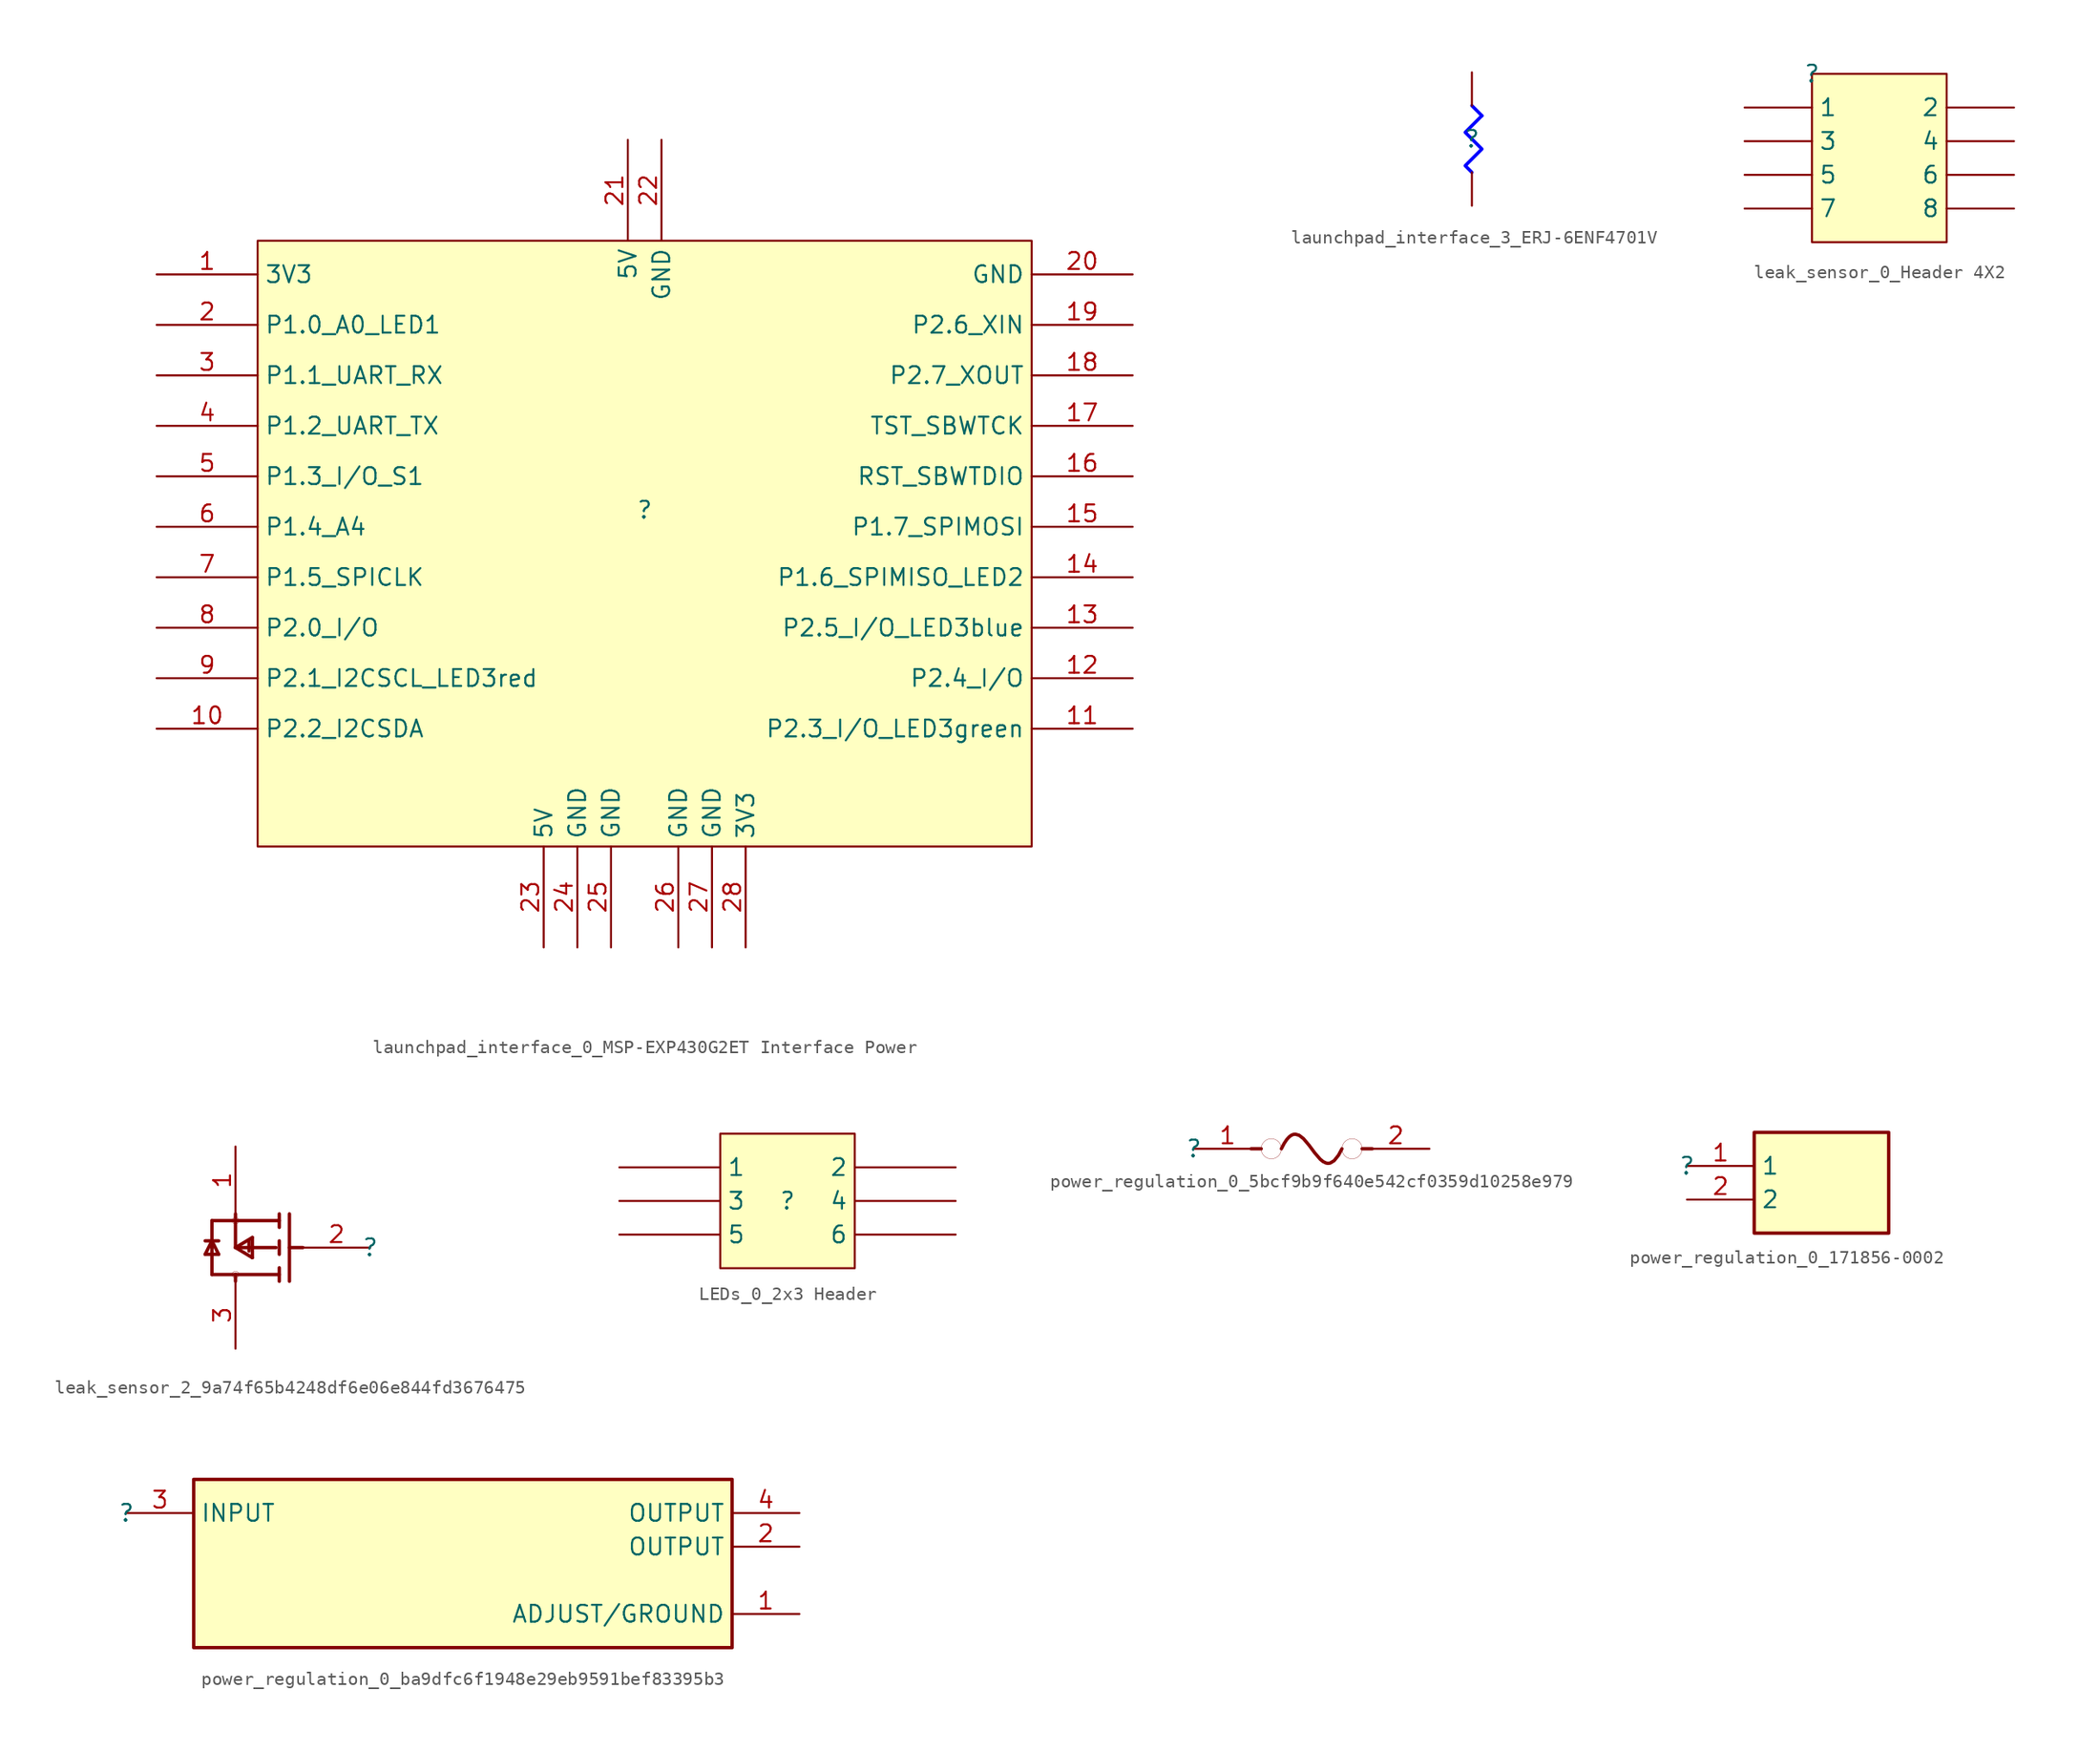
<source format=kicad_sym>
(kicad_symbol_lib
  (version 20220914)
  (generator kicad_symbol_editor)
  (symbol "launchpad_interface_0_MSP-EXP430G2ET Interface Power"
    (property "Reference" ""
      (at 0 0 0)
      (effects (font (size 1.27 1.27))))
    (property "Value" ""
      (at 0 0 0)
      (effects (font (size 1.27 1.27))))
    (symbol "launchpad_interface_0_MSP-EXP430G2ET Interface Power_1_0"
      (rectangle (start 29.21 20.32) (end -29.21 -25.4) (stroke (width 0) (type solid)) (fill (type background)))
      (pin power_in line (at -36.83 17.78 0) (length 7.62) (name "3V3" (effects (font (size 1.27 1.27)))) (number "1" (effects (font (size 1.27 1.27)))))
      (pin passive line (at -36.83 -16.51 0) (length 7.62) (name "P2.2_I2CSDA" (effects (font (size 1.27 1.27)))) (number "10" (effects (font (size 1.27 1.27)))))
      (pin passive line (at 36.83 -16.51 180) (length 7.62) (name "P2.3_I/O_LED3green" (effects (font (size 1.27 1.27)))) (number "11" (effects (font (size 1.27 1.27)))))
      (pin passive line (at 36.83 -12.7 180) (length 7.62) (name "P2.4_I/O" (effects (font (size 1.27 1.27)))) (number "12" (effects (font (size 1.27 1.27)))))
      (pin passive line (at 36.83 -8.89 180) (length 7.62) (name "P2.5_I/O_LED3blue" (effects (font (size 1.27 1.27)))) (number "13" (effects (font (size 1.27 1.27)))))
      (pin passive line (at 36.83 -5.08 180) (length 7.62) (name "P1.6_SPIMISO_LED2" (effects (font (size 1.27 1.27)))) (number "14" (effects (font (size 1.27 1.27)))))
      (pin passive line (at 36.83 -1.27 180) (length 7.62) (name "P1.7_SPIMOSI" (effects (font (size 1.27 1.27)))) (number "15" (effects (font (size 1.27 1.27)))))
      (pin passive line (at 36.83 2.54 180) (length 7.62) (name "RST_SBWTDIO" (effects (font (size 1.27 1.27)))) (number "16" (effects (font (size 1.27 1.27)))))
      (pin passive line (at 36.83 6.35 180) (length 7.62) (name "TST_SBWTCK" (effects (font (size 1.27 1.27)))) (number "17" (effects (font (size 1.27 1.27)))))
      (pin passive line (at 36.83 10.16 180) (length 7.62) (name "P2.7_XOUT" (effects (font (size 1.27 1.27)))) (number "18" (effects (font (size 1.27 1.27)))))
      (pin passive line (at 36.83 13.97 180) (length 7.62) (name "P2.6_XIN" (effects (font (size 1.27 1.27)))) (number "19" (effects (font (size 1.27 1.27)))))
      (pin passive line (at -36.83 13.97 0) (length 7.62) (name "P1.0_A0_LED1" (effects (font (size 1.27 1.27)))) (number "2" (effects (font (size 1.27 1.27)))))
      (pin power_in line (at 36.83 17.78 180) (length 7.62) (name "GND" (effects (font (size 1.27 1.27)))) (number "20" (effects (font (size 1.27 1.27)))))
      (pin passive line (at -1.27 27.94 270) (length 7.62) (name "5V" (effects (font (size 1.27 1.27)))) (number "21" (effects (font (size 1.27 1.27)))))
      (pin passive line (at 1.27 27.94 270) (length 7.62) (name "GND" (effects (font (size 1.27 1.27)))) (number "22" (effects (font (size 1.27 1.27)))))
      (pin passive line (at -7.62 -33.02 90) (length 7.62) (name "5V" (effects (font (size 1.27 1.27)))) (number "23" (effects (font (size 1.27 1.27)))))
      (pin passive line (at -5.08 -33.02 90) (length 7.62) (name "GND" (effects (font (size 1.27 1.27)))) (number "24" (effects (font (size 1.27 1.27)))))
      (pin passive line (at -2.54 -33.02 90) (length 7.62) (name "GND" (effects (font (size 1.27 1.27)))) (number "25" (effects (font (size 1.27 1.27)))))
      (pin passive line (at 2.54 -33.02 90) (length 7.62) (name "GND" (effects (font (size 1.27 1.27)))) (number "26" (effects (font (size 1.27 1.27)))))
      (pin passive line (at 5.08 -33.02 90) (length 7.62) (name "GND" (effects (font (size 1.27 1.27)))) (number "27" (effects (font (size 1.27 1.27)))))
      (pin passive line (at 7.62 -33.02 90) (length 7.62) (name "3V3" (effects (font (size 1.27 1.27)))) (number "28" (effects (font (size 1.27 1.27)))))
      (pin passive line (at -36.83 10.16 0) (length 7.62) (name "P1.1_UART_RX" (effects (font (size 1.27 1.27)))) (number "3" (effects (font (size 1.27 1.27)))))
      (pin passive line (at -36.83 6.35 0) (length 7.62) (name "P1.2_UART_TX" (effects (font (size 1.27 1.27)))) (number "4" (effects (font (size 1.27 1.27)))))
      (pin passive line (at -36.83 2.54 0) (length 7.62) (name "P1.3_I/O_S1" (effects (font (size 1.27 1.27)))) (number "5" (effects (font (size 1.27 1.27)))))
      (pin passive line (at -36.83 -1.27 0) (length 7.62) (name "P1.4_A4" (effects (font (size 1.27 1.27)))) (number "6" (effects (font (size 1.27 1.27)))))
      (pin passive line (at -36.83 -5.08 0) (length 7.62) (name "P1.5_SPICLK" (effects (font (size 1.27 1.27)))) (number "7" (effects (font (size 1.27 1.27)))))
      (pin passive line (at -36.83 -8.89 0) (length 7.62) (name "P2.0_I/O" (effects (font (size 1.27 1.27)))) (number "8" (effects (font (size 1.27 1.27)))))
      (pin passive line (at -36.83 -12.7 0) (length 7.62) (name "P2.1_I2CSCL_LED3red" (effects (font (size 1.27 1.27)))) (number "9" (effects (font (size 1.27 1.27)))))))
  (symbol "launchpad_interface_3_ERJ-6ENF4701V"
    (property "Reference" ""
      (at 0 0 0)
      (effects (font (size 1.27 1.27))))
    (property "Value" ""
      (at 0 0 0)
      (effects (font (size 1.27 1.27))))
    (symbol "launchpad_interface_3_ERJ-6ENF4701V_1_0"
      (polyline (pts (xy 0.762 1.778) (xy 0 2.54)) (stroke (width 0.254) (type solid) (color 0 0 255 1)) (fill (type none)))
      (polyline (pts (xy 0.762 1.778) (xy -0.508 0.508) (xy 0.762 -0.762) (xy -0.508 -2.032) (xy 0 -2.54)) (stroke (width 0.254) (type solid) (color 0 0 255 1)) (fill (type none)))
      (pin passive line (at 0 5.08 270) (length 2.54) (name "1" (effects (font (size 0 0)))) (number "1" (effects (font (size 0 0)))))
      (pin passive line (at 0 -5.08 90) (length 2.54) (name "2" (effects (font (size 0 0)))) (number "2" (effects (font (size 0 0)))))))
  (symbol "leak_sensor_0_Header 4X2"
    (property "Reference" ""
      (at 0 0 0)
      (effects (font (size 1.27 1.27))))
    (property "Value" ""
      (at 0 0 0)
      (effects (font (size 1.27 1.27))))
    (symbol "leak_sensor_0_Header 4X2_1_0"
      (rectangle (start 10.16 0) (end 0 -12.7) (stroke (width 0) (type solid)) (fill (type background)))
      (pin passive line (at -5.08 -2.54 0) (length 5.08) (name "1" (effects (font (size 1.27 1.27)))) (number "1" (effects (font (size 0 0)))))
      (pin passive line (at 15.24 -2.54 180) (length 5.08) (name "2" (effects (font (size 1.27 1.27)))) (number "2" (effects (font (size 0 0)))))
      (pin passive line (at -5.08 -5.08 0) (length 5.08) (name "3" (effects (font (size 1.27 1.27)))) (number "3" (effects (font (size 0 0)))))
      (pin passive line (at 15.24 -5.08 180) (length 5.08) (name "4" (effects (font (size 1.27 1.27)))) (number "4" (effects (font (size 0 0)))))
      (pin passive line (at -5.08 -7.62 0) (length 5.08) (name "5" (effects (font (size 1.27 1.27)))) (number "5" (effects (font (size 0 0)))))
      (pin passive line (at 15.24 -7.62 180) (length 5.08) (name "6" (effects (font (size 1.27 1.27)))) (number "6" (effects (font (size 0 0)))))
      (pin passive line (at -5.08 -10.16 0) (length 5.08) (name "7" (effects (font (size 1.27 1.27)))) (number "7" (effects (font (size 0 0)))))
      (pin passive line (at 15.24 -10.16 180) (length 5.08) (name "8" (effects (font (size 1.27 1.27)))) (number "8" (effects (font (size 0 0)))))))
  (symbol "leak_sensor_2_9a74f65b4248df6e06e844fd3676475"
    (property "Reference" ""
      (at 0 0 0)
      (effects (font (size 1.27 1.27))))
    (property "Value" ""
      (at 0 0 0)
      (effects (font (size 1.27 1.27))))
    (symbol "leak_sensor_2_9a74f65b4248df6e06e844fd3676475_1_0"
      (circle (center -10.16 -2.032) (radius 0.254) (stroke (width 0.0001) (type solid)) (fill (type none)))
      (circle (center -10.16 2.032) (radius 0.254) (stroke (width 0.0001) (type solid)) (fill (type none)))
      (polyline (pts (xy -12.446 -0.508) (xy -11.43 -0.508)) (stroke (width 0.254) (type solid)) (fill (type none)))
      (polyline (pts (xy -11.938 -2.032) (xy -11.938 2.032)) (stroke (width 0.254) (type solid)) (fill (type none)))
      (polyline (pts (xy -11.938 -2.032) (xy -10.16 -2.032)) (stroke (width 0.254) (type solid)) (fill (type none)))
      (polyline (pts (xy -11.938 0.508) (xy -12.446 -0.508)) (stroke (width 0.254) (type solid)) (fill (type none)))
      (polyline (pts (xy -11.938 0.508) (xy -12.446 0.508)) (stroke (width 0.254) (type solid)) (fill (type none)))
      (polyline (pts (xy -11.938 0.508) (xy -11.43 0.508)) (stroke (width 0.254) (type solid)) (fill (type none)))
      (polyline (pts (xy -11.43 -0.508) (xy -11.938 0.508)) (stroke (width 0.254) (type solid)) (fill (type none)))
      (polyline (pts (xy -10.16 -2.032) (xy -10.16 -2.54)) (stroke (width 0.254) (type solid)) (fill (type none)))
      (polyline (pts (xy -10.16 0) (xy -10.16 2.54)) (stroke (width 0.254) (type solid)) (fill (type none)))
      (polyline (pts (xy -10.16 0) (xy -8.89 -0.762)) (stroke (width 0.254) (type solid)) (fill (type none)))
      (polyline (pts (xy -10.16 0) (xy -8.89 0.762)) (stroke (width 0.254) (type solid)) (fill (type none)))
      (polyline (pts (xy -10.16 2.032) (xy -11.938 2.032)) (stroke (width 0.254) (type solid)) (fill (type none)))
      (polyline (pts (xy -9.906 0) (xy -7.112 0)) (stroke (width 0.254) (type solid)) (fill (type none)))
      (polyline (pts (xy -9.144 -0.254) (xy -9.144 0.508)) (stroke (width 0.254) (type solid)) (fill (type none)))
      (polyline (pts (xy -8.89 -0.762) (xy -8.89 0.762)) (stroke (width 0.254) (type solid)) (fill (type none)))
      (polyline (pts (xy -6.858 -2.032) (xy -10.16 -2.032)) (stroke (width 0.254) (type solid)) (fill (type none)))
      (polyline (pts (xy -6.858 -1.524) (xy -6.858 -2.54)) (stroke (width 0.254) (type solid)) (fill (type none)))
      (polyline (pts (xy -6.858 -0.508) (xy -6.858 0.508)) (stroke (width 0.254) (type solid)) (fill (type none)))
      (polyline (pts (xy -6.858 1.524) (xy -6.858 2.54)) (stroke (width 0.254) (type solid)) (fill (type none)))
      (polyline (pts (xy -6.858 2.032) (xy -10.16 2.032)) (stroke (width 0.254) (type solid)) (fill (type none)))
      (polyline (pts (xy -6.096 0) (xy -5.08 0)) (stroke (width 0.254) (type solid)) (fill (type none)))
      (polyline (pts (xy -6.096 2.54) (xy -6.096 -2.54)) (stroke (width 0.254) (type solid)) (fill (type none)))
      (pin passive line (at -10.16 7.62 270) (length 5.08) (name "Source" (effects (font (size 0 0)))) (number "1" (effects (font (size 1.27 1.27)))))
      (pin passive line (at 0 0 180) (length 5.08) (name "Gate" (effects (font (size 0 0)))) (number "2" (effects (font (size 1.27 1.27)))))
      (pin passive line (at -10.16 -7.62 90) (length 5.08) (name "Drain" (effects (font (size 0 0)))) (number "3" (effects (font (size 1.27 1.27)))))))
  (symbol "LEDs_0_2x3 Header"
    (property "Reference" ""
      (at 0 0 0)
      (effects (font (size 1.27 1.27))))
    (property "Value" ""
      (at 0 0 0)
      (effects (font (size 1.27 1.27))))
    (symbol "LEDs_0_2x3 Header_1_0"
      (rectangle (start 5.08 5.08) (end -5.08 -5.08) (stroke (width 0) (type solid)) (fill (type background)))
      (pin passive line (at -12.7 2.54 0) (length 7.62) (name "1" (effects (font (size 1.27 1.27)))) (number "1" (effects (font (size 0 0)))))
      (pin passive line (at 12.7 2.54 180) (length 7.62) (name "2" (effects (font (size 1.27 1.27)))) (number "2" (effects (font (size 0 0)))))
      (pin passive line (at -12.7 0 0) (length 7.62) (name "3" (effects (font (size 1.27 1.27)))) (number "3" (effects (font (size 0 0)))))
      (pin passive line (at 12.7 0 180) (length 7.62) (name "4" (effects (font (size 1.27 1.27)))) (number "4" (effects (font (size 0 0)))))
      (pin passive line (at -12.7 -2.54 0) (length 7.62) (name "5" (effects (font (size 1.27 1.27)))) (number "5" (effects (font (size 0 0)))))
      (pin passive line (at 12.7 -2.54 180) (length 7.62) (name "6" (effects (font (size 1.27 1.27)))) (number "6" (effects (font (size 0 0)))))))
  (symbol "power_regulation_0_5bcf9b9f640e542cf0359d10258e979"
    (property "Reference" ""
      (at 0 0 0)
      (effects (font (size 1.27 1.27))))
    (property "Value" ""
      (at 0 0 0)
      (effects (font (size 1.27 1.27))))
    (symbol "power_regulation_0_5bcf9b9f640e542cf0359d10258e979_1_0"
      (polyline (pts (xy 5.08 0) (xy 4.318 0)) (stroke (width 0.254) (type solid)) (fill (type none)))
      (polyline (pts (xy 12.7 0) (xy 13.462 0)) (stroke (width 0.254) (type solid)) (fill (type none)))
      (circle (center 5.842 0) (radius 0.762) (stroke (width 0.0001) (type solid)) (fill (type none)))
      (bezier (pts (xy 6.604 0) (xy 8.382 3.81) (xy 9.398 -3.81) (xy 11.176 0)) (stroke (width 0.254) (type solid)) (fill (type none)))
      (circle (center 11.938 0) (radius 0.762) (stroke (width 0.0001) (type solid)) (fill (type none)))
      (pin passive line (at 0 0 0) (length 5.08) (name "1" (effects (font (size 0 0)))) (number "1" (effects (font (size 1.27 1.27)))))
      (pin passive line (at 17.78 0 180) (length 5.08) (name "2" (effects (font (size 0 0)))) (number "2" (effects (font (size 1.27 1.27)))))))
  (symbol "power_regulation_0_171856-0002"
    (property "Reference" ""
      (at 0 0 0)
      (effects (font (size 1.27 1.27))))
    (property "Value" ""
      (at 0 0 0)
      (effects (font (size 1.27 1.27))))
    (symbol "power_regulation_0_171856-0002_1_0"
      (rectangle (start 15.24 2.54) (end 5.08 -5.08) (stroke (width 0.254) (type solid)) (fill (type background)))
      (pin passive line (at 0 0 0) (length 5.08) (name "1" (effects (font (size 1.27 1.27)))) (number "1" (effects (font (size 1.27 1.27)))))
      (pin passive line (at 0 -2.54 0) (length 5.08) (name "2" (effects (font (size 1.27 1.27)))) (number "2" (effects (font (size 1.27 1.27)))))))
  (symbol "power_regulation_0_ba9dfc6f1948e29eb9591bef83395b3"
    (property "Reference" ""
      (at 0 0 0)
      (effects (font (size 1.27 1.27))))
    (property "Value" ""
      (at 0 0 0)
      (effects (font (size 1.27 1.27))))
    (symbol "power_regulation_0_ba9dfc6f1948e29eb9591bef83395b3_1_0"
      (rectangle (start 45.72 2.54) (end 5.08 -10.16) (stroke (width 0.254) (type solid)) (fill (type background)))
      (pin power_in line (at 50.8 -7.62 180) (length 5.08) (name "ADJUST/GROUND" (effects (font (size 1.27 1.27)))) (number "1" (effects (font (size 1.27 1.27)))))
      (pin bidirectional line (at 50.8 -2.54 180) (length 5.08) (name "OUTPUT" (effects (font (size 1.27 1.27)))) (number "2" (effects (font (size 1.27 1.27)))))
      (pin input line (at 0 0 0) (length 5.08) (name "INPUT" (effects (font (size 1.27 1.27)))) (number "3" (effects (font (size 1.27 1.27)))))
      (pin output line (at 50.8 0 180) (length 5.08) (name "OUTPUT" (effects (font (size 1.27 1.27)))) (number "4" (effects (font (size 1.27 1.27))))))))
</source>
